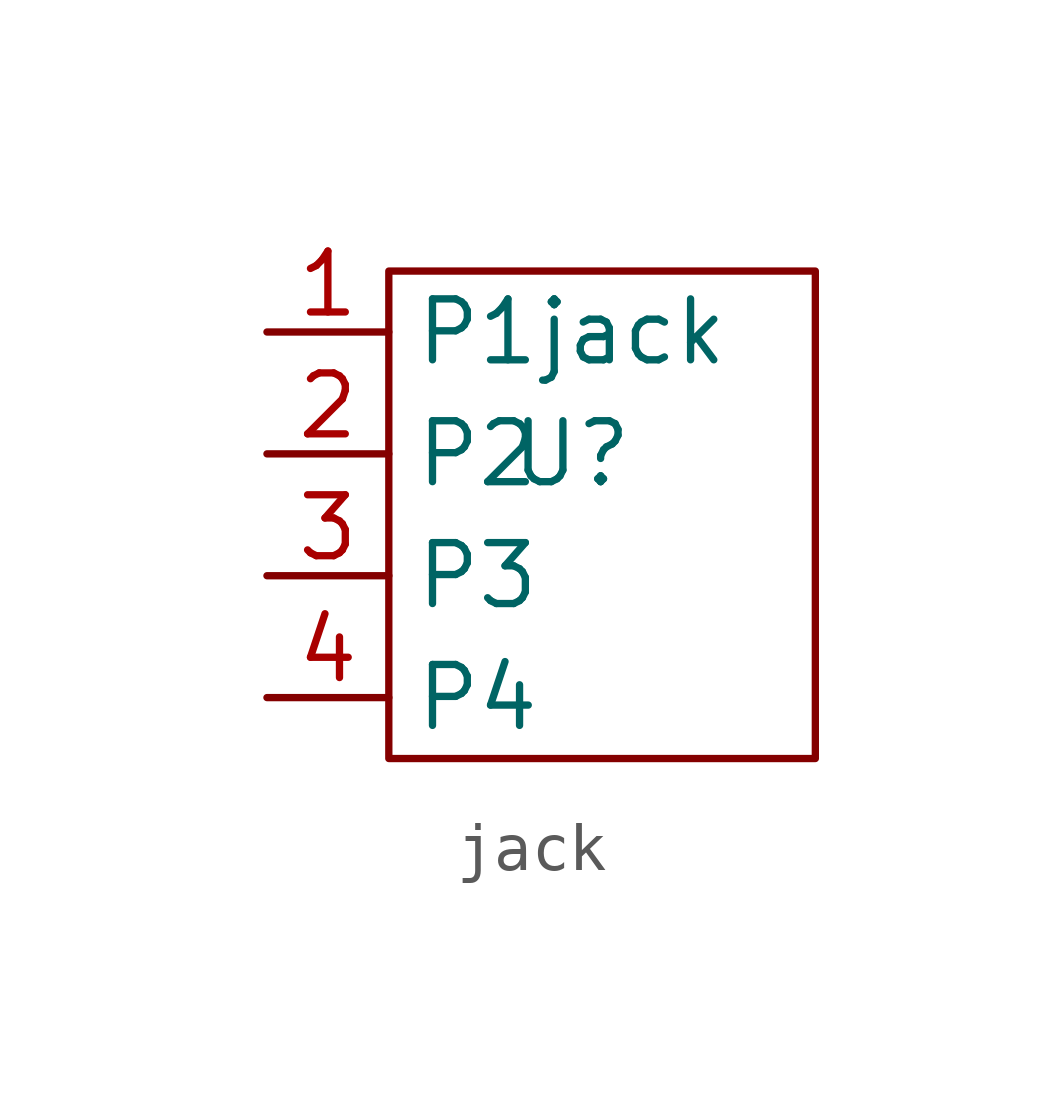
<source format=kicad_sym>
(kicad_symbol_lib
  (version 20211014)
  (generator kicad_symbol_editor)
  (symbol "jack"
    (property "Reference" "U"
      (at 3.81 0 0)
      (effects (font (size 1.27 1.27))))
    (property "Value" "jack"
      (at 5.08 2.54 0)
      (effects (font (size 1.27 1.27))))
    (symbol "jack_0_1"
      (rectangle (start 0 3.81) (end 8.89 -6.35) (stroke (width 0) (type default) (color 0 0 0 0)) (fill (type none))))
    (symbol "jack_1_1"
      (pin input line (at -2.54 2.54 0) (length 2.54) (name "P1" (effects (font (size 1.27 1.27)))) (number "1" (effects (font (size 1.27 1.27)))))
      (pin input line (at -2.54 0 0) (length 2.54) (name "P2" (effects (font (size 1.27 1.27)))) (number "2" (effects (font (size 1.27 1.27)))))
      (pin input line (at -2.54 -2.54 0) (length 2.54) (name "P3" (effects (font (size 1.27 1.27)))) (number "3" (effects (font (size 1.27 1.27)))))
      (pin input line (at -2.54 -5.08 0) (length 2.54) (name "P4" (effects (font (size 1.27 1.27)))) (number "4" (effects (font (size 1.27 1.27))))))))
</source>
